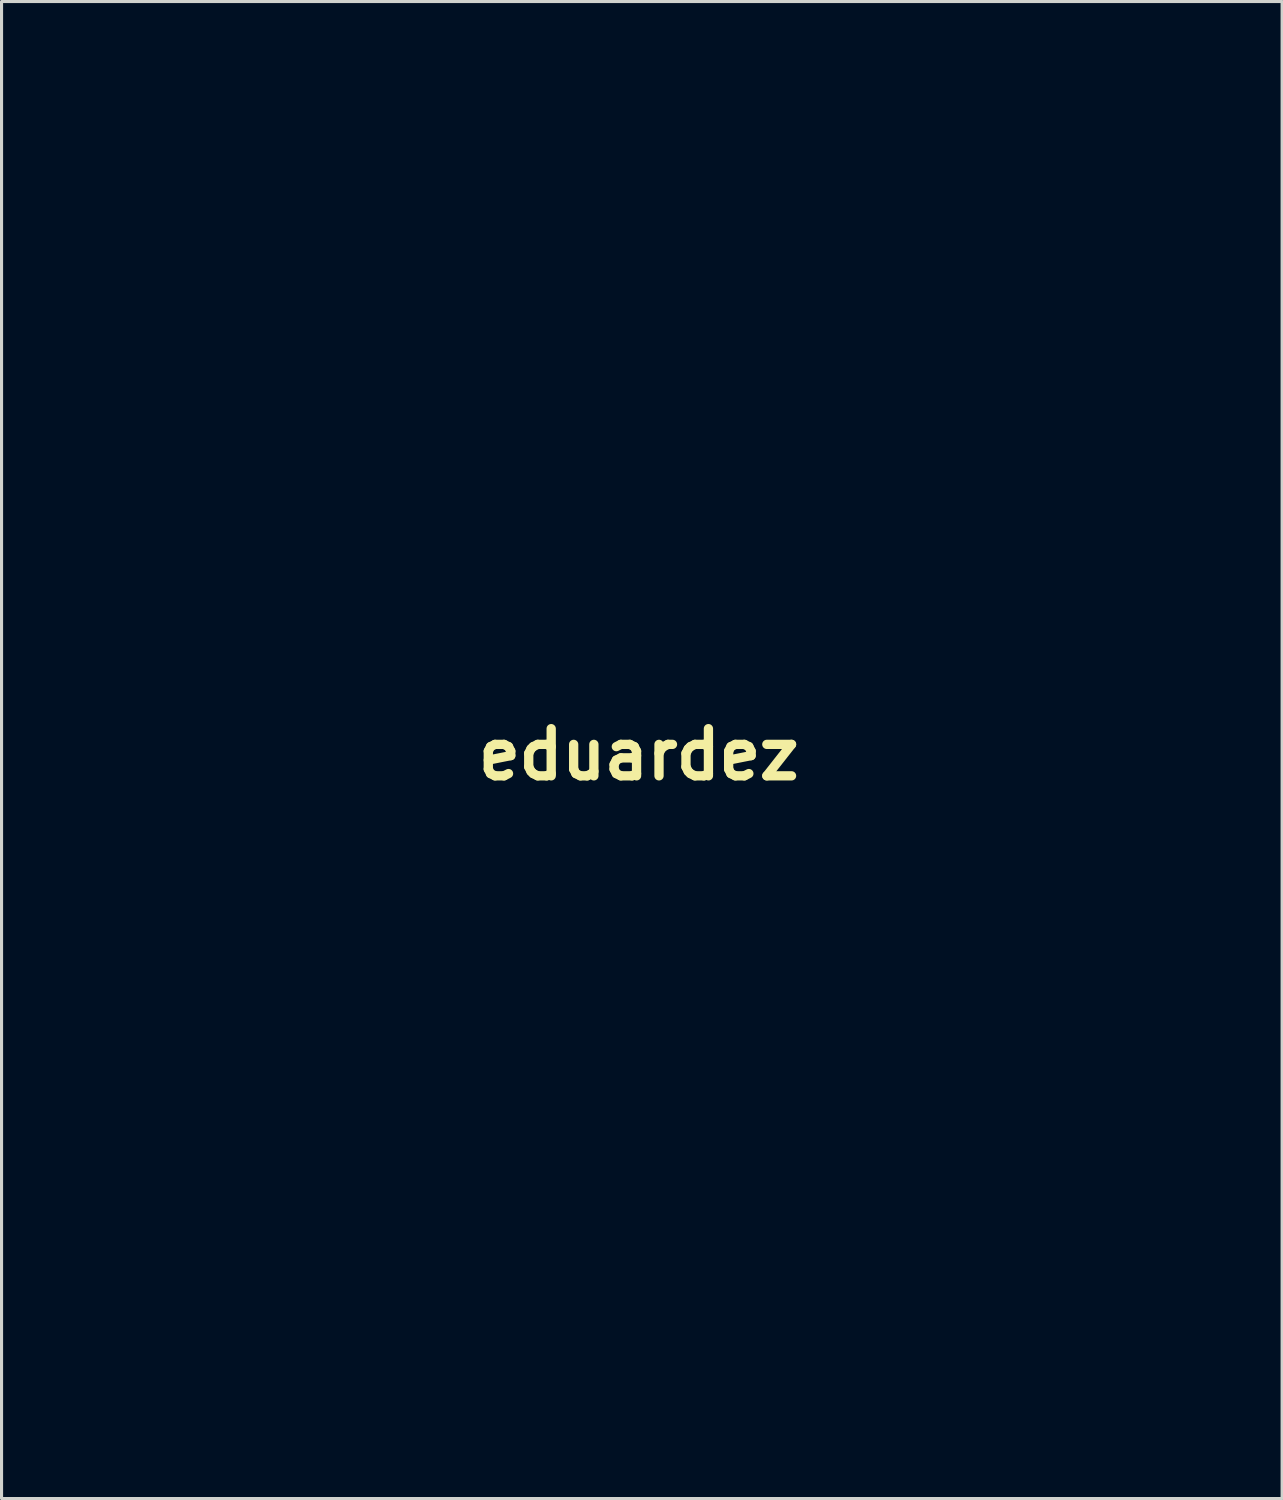
<source format=kicad_pcb>
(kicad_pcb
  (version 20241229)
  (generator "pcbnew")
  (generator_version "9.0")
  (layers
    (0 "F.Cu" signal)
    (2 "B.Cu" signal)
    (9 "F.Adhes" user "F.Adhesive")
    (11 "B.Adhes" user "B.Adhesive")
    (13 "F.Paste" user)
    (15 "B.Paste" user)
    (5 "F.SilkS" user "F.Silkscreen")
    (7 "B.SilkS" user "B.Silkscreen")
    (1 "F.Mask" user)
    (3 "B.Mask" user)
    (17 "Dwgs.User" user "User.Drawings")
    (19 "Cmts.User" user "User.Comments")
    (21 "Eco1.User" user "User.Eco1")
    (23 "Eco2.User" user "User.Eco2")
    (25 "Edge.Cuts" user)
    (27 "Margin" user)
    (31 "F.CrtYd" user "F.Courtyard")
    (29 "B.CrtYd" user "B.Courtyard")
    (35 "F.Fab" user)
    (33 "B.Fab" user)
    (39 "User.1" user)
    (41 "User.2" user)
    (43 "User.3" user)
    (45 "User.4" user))
  (footprint "eduardez"
    (layer "F.Cu")
    (at 17.589 21.327)
    (property "Reference" "eduardez" (at 0 0 0) (layer "F.SilkS") (effects (font (size 1.524 1.524) (thickness 0.3))))
    (attr through_hole)
    (fp_poly (pts (xy -15.162 -5.457) (xy -15.155 -5.429) (xy -15.217 -5.309) (xy -15.24 -5.292) (xy -15.318 -5.296) (xy -15.325 -5.324) (xy -15.263 -5.444) (xy -15.24 -5.461) (xy -15.162 -5.457)) (stroke (width 0.01) (type solid)) (fill no) (layer "Eco2.User"))
    (fp_poly (pts (xy -10.753 -16.637) (xy -10.672 -16.561) (xy -10.668 -16.547) (xy -10.734 -16.511) (xy -10.753 -16.51) (xy -10.834 -16.575) (xy -10.837 -16.6) (xy -10.785 -16.65) (xy -10.753 -16.637)) (stroke (width 0.01) (type solid)) (fill no) (layer "Eco2.User"))
    (fp_poly (pts (xy -13.82 -0.197) (xy -13.805 -0.08) (xy -13.841 0.08) (xy -13.885 0.169) (xy -13.944 0.228) (xy -13.967 0.139) (xy -13.969 0.068) (xy -13.941 -0.119) (xy -13.885 -0.212) (xy -13.82 -0.197)) (stroke (width 0.01) (type solid)) (fill no) (layer "Eco2.User"))
    (fp_poly (pts (xy 4.21 6.307) (xy 4.382 6.418) (xy 4.403 6.435) (xy 4.52 6.546) (xy 4.527 6.601) (xy 4.518 6.602) (xy 4.389 6.553) (xy 4.222 6.437) (xy 4.103 6.317) (xy 4.108 6.274) (xy 4.21 6.307)) (stroke (width 0.01) (type solid)) (fill no) (layer "Eco2.User"))
    (fp_poly (pts (xy -3.169 1.567) (xy -2.921 1.682) (xy -2.652 1.881) (xy -2.513 2.014) (xy -2.274 2.265) (xy -2.547 2.36) (xy -2.808 2.437) (xy -2.989 2.435) (xy -3.16 2.346) (xy -3.248 2.28) (xy -3.397 2.098) (xy -3.47 1.879) (xy -3.459 1.68) (xy -3.357 1.559) (xy -3.352 1.558) (xy -3.169 1.567)) (stroke (width 0.01) (type solid)) (fill no) (layer "Eco2.User"))
    (fp_poly (pts (xy 6.297 4.058) (xy 6.325 4.266) (xy 6.351 4.567) (xy 6.373 4.922) (xy 6.391 5.29) (xy 6.401 5.635) (xy 6.401 5.918) (xy 6.39 6.099) (xy 6.382 6.134) (xy 6.305 6.261) (xy 6.238 6.233) (xy 6.193 6.065) (xy 6.178 5.821) (xy 6.152 5.514) (xy 6.086 5.275) (xy 6.051 5.212) (xy 5.947 4.952) (xy 5.941 4.626) (xy 6.032 4.302) (xy 6.072 4.225) (xy 6.184 4.059) (xy 6.265 3.98) (xy 6.271 3.979) (xy 6.297 4.058)) (stroke (width 0.01) (type solid)) (fill no) (layer "Eco2.User"))
    (fp_poly (pts (xy -15.028 -10.39) (xy -14.85 -10.276) (xy -14.58 -10.046) (xy -14.361 -9.842) (xy -14.026 -9.541) (xy -13.752 -9.337) (xy -13.489 -9.199) (xy -13.25 -9.113) (xy -12.885 -8.988) (xy -12.661 -8.879) (xy -12.552 -8.769) (xy -12.531 -8.678) (xy -12.604 -8.567) (xy -12.803 -8.524) (xy -13.086 -8.553) (xy -13.397 -8.659) (xy -13.77 -8.845) (xy -14.144 -9.075) (xy -14.456 -9.315) (xy -14.461 -9.32) (xy -14.693 -9.558) (xy -14.907 -9.825) (xy -15.07 -10.076) (xy -15.152 -10.266) (xy -15.155 -10.299) (xy -15.125 -10.395) (xy -15.028 -10.39)) (stroke (width 0.01) (type solid)) (fill no) (layer "Eco2.User"))
    (fp_poly (pts (xy 8.499 -7.528) (xy 8.716 -7.292) (xy 8.73 -7.275) (xy 8.94 -7.035) (xy 9.228 -6.716) (xy 9.555 -6.363) (xy 9.842 -6.058) (xy 10.122 -5.76) (xy 10.354 -5.506) (xy 10.515 -5.319) (xy 10.582 -5.227) (xy 10.583 -5.223) (xy 10.51 -5.18) (xy 10.356 -5.165) (xy 10.226 -5.195) (xy 10.059 -5.296) (xy 9.834 -5.485) (xy 9.53 -5.778) (xy 9.361 -5.949) (xy 8.942 -6.401) (xy 8.611 -6.805) (xy 8.378 -7.148) (xy 8.253 -7.414) (xy 8.244 -7.589) (xy 8.266 -7.623) (xy 8.354 -7.634) (xy 8.499 -7.528)) (stroke (width 0.01) (type solid)) (fill no) (layer "Eco2.User"))
    (fp_poly (pts (xy 4.841 -17.27) (xy 5.304 -17.201) (xy 5.798 -17.094) (xy 6.291 -16.957) (xy 6.752 -16.794) (xy 7.125 -16.624) (xy 7.503 -16.406) (xy 7.84 -16.176) (xy 8.112 -15.956) (xy 8.293 -15.765) (xy 8.358 -15.626) (xy 8.349 -15.594) (xy 8.245 -15.509) (xy 8.086 -15.534) (xy 7.844 -15.677) (xy 7.789 -15.716) (xy 7.111 -16.133) (xy 6.34 -16.489) (xy 5.539 -16.76) (xy 4.769 -16.92) (xy 4.688 -16.93) (xy 4.294 -16.978) (xy 4.047 -17.022) (xy 3.924 -17.068) (xy 3.903 -17.126) (xy 3.958 -17.2) (xy 4.137 -17.276) (xy 4.442 -17.297) (xy 4.841 -17.27)) (stroke (width 0.01) (type solid)) (fill no) (layer "Eco2.User"))
    (fp_poly (pts (xy 6.445 2.647) (xy 6.628 2.736) (xy 6.862 2.907) (xy 7.046 3.115) (xy 7.055 3.131) (xy 7.118 3.255) (xy 7.151 3.387) (xy 7.155 3.568) (xy 7.13 3.837) (xy 7.078 4.233) (xy 7.077 4.236) (xy 7.001 4.719) (xy 6.931 5.039) (xy 6.87 5.197) (xy 6.823 5.19) (xy 6.791 5.019) (xy 6.78 4.682) (xy 6.786 4.321) (xy 6.816 3.35) (xy 6.562 3.266) (xy 6.383 3.207) (xy 6.298 3.179) (xy 6.297 3.178) (xy 6.249 3.09) (xy 6.23 2.92) (xy 6.245 2.756) (xy 6.264 2.71) (xy 6.336 2.636) (xy 6.445 2.647)) (stroke (width 0.01) (type solid)) (fill no) (layer "Eco2.User"))
    (fp_poly (pts (xy -3.093 -6.532) (xy -3.033 -6.473) (xy -3.02 -6.374) (xy -3.022 -6.323) (xy -3.094 -6.044) (xy -3.251 -5.73) (xy -3.453 -5.443) (xy -3.663 -5.244) (xy -3.707 -5.218) (xy -3.816 -5.183) (xy -4.003 -5.154) (xy -4.283 -5.129) (xy -4.672 -5.108) (xy -5.184 -5.09) (xy -5.834 -5.075) (xy -6.638 -5.062) (xy -6.668 -5.061) (xy -9.398 -5.021) (xy -9.398 -5.21) (xy -9.351 -5.402) (xy -9.286 -5.491) (xy -9.081 -5.592) (xy -8.708 -5.696) (xy -8.166 -5.802) (xy -7.454 -5.911) (xy -6.646 -6.014) (xy -6.079 -6.086) (xy -5.499 -6.167) (xy -4.954 -6.25) (xy -4.496 -6.327) (xy -4.276 -6.37) (xy -3.791 -6.468) (xy -3.449 -6.528) (xy -3.224 -6.55) (xy -3.093 -6.532)) (stroke (width 0.01) (type solid)) (fill no) (layer "Eco2.User"))
    (fp_poly (pts (xy -0.131 -14.8) (xy 0.161 -14.776) (xy 0.328 -14.74) (xy 0.338 -14.734) (xy 0.419 -14.652) (xy 0.372 -14.58) (xy 0.187 -14.518) (xy -0.145 -14.46) (xy -0.634 -14.405) (xy -0.761 -14.393) (xy -1.418 -14.321) (xy -2.106 -14.226) (xy -2.798 -14.113) (xy -3.468 -13.987) (xy -4.088 -13.854) (xy -4.632 -13.719) (xy -5.073 -13.589) (xy -5.385 -13.468) (xy -5.478 -13.416) (xy -5.715 -13.307) (xy -5.903 -13.305) (xy -6.004 -13.406) (xy -6.011 -13.463) (xy -5.938 -13.63) (xy -5.748 -13.794) (xy -5.742 -13.797) (xy -5.569 -13.872) (xy -5.262 -13.972) (xy -4.853 -14.092) (xy -4.373 -14.222) (xy -3.854 -14.354) (xy -3.328 -14.48) (xy -2.827 -14.593) (xy -2.382 -14.683) (xy -2.117 -14.729) (xy -1.779 -14.768) (xy -1.373 -14.795) (xy -0.937 -14.81) (xy -0.51 -14.811) (xy -0.131 -14.8)) (stroke (width 0.01) (type solid)) (fill no) (layer "Eco2.User"))
    (fp_poly (pts (xy -3.027 -3.304) (xy -2.821 -3.118) (xy -2.717 -2.984) (xy -2.727 -2.892) (xy -2.865 -2.835) (xy -3.141 -2.806) (xy -3.569 -2.795) (xy -3.81 -2.794) (xy -4.911 -2.794) (xy -4.911 -2.384) (xy -4.968 -1.971) (xy -5.124 -1.576) (xy -5.35 -1.254) (xy -5.552 -1.09) (xy -5.848 -0.982) (xy -6.24 -0.917) (xy -6.658 -0.904) (xy -6.945 -0.932) (xy -7.293 -1.056) (xy -7.637 -1.281) (xy -7.902 -1.557) (xy -7.918 -1.58) (xy -7.997 -1.786) (xy -8.041 -2.063) (xy -8.043 -2.145) (xy -8.043 -2.518) (xy -8.463 -2.574) (xy -8.714 -2.62) (xy -8.888 -2.676) (xy -8.93 -2.705) (xy -8.903 -2.807) (xy -8.763 -2.953) (xy -8.549 -3.115) (xy -8.3 -3.264) (xy -8.056 -3.37) (xy -8.012 -3.383) (xy -7.828 -3.413) (xy -7.501 -3.442) (xy -7.057 -3.47) (xy -6.523 -3.495) (xy -5.925 -3.516) (xy -5.503 -3.526) (xy -3.344 -3.572) (xy -3.027 -3.304)) (stroke (width 0.01) (type solid)) (fill no) (layer "Eco2.User"))
    (fp_poly (pts (xy 3.692 -3.949) (xy 3.895 -3.94) (xy 4.552 -3.897) (xy 5.224 -3.841) (xy 5.879 -3.777) (xy 6.486 -3.707) (xy 7.013 -3.635) (xy 7.43 -3.566) (xy 7.678 -3.51) (xy 7.953 -3.4) (xy 8.192 -3.249) (xy 8.362 -3.086) (xy 8.43 -2.94) (xy 8.403 -2.866) (xy 8.298 -2.852) (xy 8.06 -2.864) (xy 7.724 -2.897) (xy 7.323 -2.95) (xy 7.279 -2.957) (xy 6.82 -3.024) (xy 6.371 -3.088) (xy 5.986 -3.141) (xy 5.736 -3.172) (xy 5.249 -3.23) (xy 5.249 -2.755) (xy 5.177 -2.242) (xy 4.978 -1.758) (xy 4.676 -1.339) (xy 4.296 -1.021) (xy 3.918 -0.852) (xy 3.624 -0.786) (xy 3.367 -0.777) (xy 3.069 -0.828) (xy 2.879 -0.876) (xy 2.323 -1.087) (xy 1.834 -1.39) (xy 1.489 -1.722) (xy 1.341 -1.927) (xy 1.263 -2.117) (xy 1.232 -2.362) (xy 1.228 -2.59) (xy 1.228 -3.132) (xy 0.931 -3.081) (xy 0.633 -3.026) (xy 0.325 -2.965) (xy 0.318 -2.963) (xy 0.09 -2.937) (xy 0.009 -2.986) (xy 0.075 -3.117) (xy 0.25 -3.298) (xy 0.561 -3.501) (xy 1.013 -3.672) (xy 1.578 -3.807) (xy 2.231 -3.902) (xy 2.945 -3.951) (xy 3.692 -3.949)) (stroke (width 0.01) (type solid)) (fill no) (layer "Eco2.User"))
    (fp_poly (pts (xy 3.893 -21.312) (xy 3.946 -21.299) (xy 4.147 -21.214) (xy 4.264 -21.109) (xy 4.385 -21.001) (xy 4.616 -20.867) (xy 4.905 -20.731) (xy 5.201 -20.616) (xy 5.452 -20.547) (xy 5.488 -20.542) (xy 5.912 -20.425) (xy 6.181 -20.231) (xy 6.338 -20.123) (xy 6.584 -20.018) (xy 6.689 -19.985) (xy 6.956 -19.896) (xy 7.304 -19.761) (xy 7.662 -19.607) (xy 7.695 -19.592) (xy 8.003 -19.457) (xy 8.261 -19.356) (xy 8.423 -19.306) (xy 8.443 -19.304) (xy 8.574 -19.254) (xy 8.778 -19.125) (xy 8.918 -19.018) (xy 9.121 -18.868) (xy 9.431 -18.656) (xy 9.809 -18.408) (xy 10.219 -18.148) (xy 10.329 -18.08) (xy 10.96 -17.664) (xy 11.534 -17.231) (xy 12.026 -16.804) (xy 12.409 -16.404) (xy 12.615 -16.128) (xy 12.721 -15.922) (xy 12.854 -15.618) (xy 12.987 -15.277) (xy 13.001 -15.239) (xy 13.144 -14.856) (xy 13.256 -14.608) (xy 13.356 -14.466) (xy 13.461 -14.404) (xy 13.557 -14.393) (xy 13.642 -14.413) (xy 13.69 -14.495) (xy 13.711 -14.675) (xy 13.716 -14.971) (xy 13.737 -15.353) (xy 13.791 -15.743) (xy 13.846 -15.987) (xy 13.936 -16.248) (xy 14.025 -16.381) (xy 14.139 -16.424) (xy 14.171 -16.425) (xy 14.321 -16.386) (xy 14.433 -16.255) (xy 14.516 -16.01) (xy 14.577 -15.632) (xy 14.612 -15.268) (xy 14.659 -14.865) (xy 14.731 -14.469) (xy 14.815 -14.153) (xy 14.835 -14.099) (xy 14.921 -13.857) (xy 15.038 -13.498) (xy 15.173 -13.068) (xy 15.31 -12.614) (xy 15.326 -12.557) (xy 15.481 -12.035) (xy 15.601 -11.654) (xy 15.699 -11.392) (xy 15.785 -11.227) (xy 15.871 -11.136) (xy 15.968 -11.098) (xy 16.075 -11.091) (xy 16.233 -11.121) (xy 16.377 -11.23) (xy 16.545 -11.452) (xy 16.589 -11.519) (xy 16.801 -11.799) (xy 16.969 -11.915) (xy 17.092 -11.868) (xy 17.171 -11.657) (xy 17.187 -11.556) (xy 17.205 -11.257) (xy 17.205 -10.83) (xy 17.19 -10.316) (xy 17.161 -9.756) (xy 17.122 -9.189) (xy 17.074 -8.656) (xy 17.021 -8.198) (xy 16.964 -7.854) (xy 16.962 -7.846) (xy 16.911 -7.52) (xy 16.865 -7.066) (xy 16.826 -6.524) (xy 16.795 -5.933) (xy 16.774 -5.331) (xy 16.765 -4.758) (xy 16.768 -4.253) (xy 16.785 -3.854) (xy 16.803 -3.683) (xy 16.906 -3.338) (xy 17.121 -2.904) (xy 17.435 -2.404) (xy 17.571 -2.21) (xy 17.725 -1.92) (xy 17.779 -1.579) (xy 17.78 -1.509) (xy 17.757 -1.174) (xy 17.675 -0.874) (xy 17.515 -0.568) (xy 17.258 -0.219) (xy 17.007 0.077) (xy 16.475 0.696) (xy 16.056 1.218) (xy 15.737 1.658) (xy 15.506 2.035) (xy 15.421 2.201) (xy 15.338 2.386) (xy 15.279 2.561) (xy 15.237 2.758) (xy 15.208 3.012) (xy 15.19 3.353) (xy 15.175 3.816) (xy 15.169 4.081) (xy 15.16 4.659) (xy 15.164 5.113) (xy 15.184 5.485) (xy 15.222 5.82) (xy 15.281 6.161) (xy 15.314 6.324) (xy 15.405 6.786) (xy 15.494 7.286) (xy 15.565 7.738) (xy 15.581 7.858) (xy 15.63 8.202) (xy 15.677 8.492) (xy 15.716 8.678) (xy 15.724 8.705) (xy 15.731 8.776) (xy 15.648 8.729) (xy 15.566 8.657) (xy 15.393 8.526) (xy 15.261 8.467) (xy 15.256 8.467) (xy 15.156 8.411) (xy 14.966 8.262) (xy 14.716 8.044) (xy 14.522 7.864) (xy 14.224 7.588) (xy 14.014 7.416) (xy 13.864 7.328) (xy 13.743 7.305) (xy 13.673 7.316) (xy 13.495 7.421) (xy 13.337 7.65) (xy 13.185 8.026) (xy 13.166 8.086) (xy 13.123 8.177) (xy 13.058 8.17) (xy 12.937 8.05) (xy 12.858 7.959) (xy 12.635 7.704) (xy 12.385 7.429) (xy 12.314 7.354) (xy 12.145 7.153) (xy 12.039 6.987) (xy 12.022 6.93) (xy 11.971 6.795) (xy 11.845 6.605) (xy 11.81 6.562) (xy 11.598 6.308) (xy 11.346 6.599) (xy 11.104 6.981) (xy 10.9 7.515) (xy 10.74 8.188) (xy 10.662 8.678) (xy 10.618 9.022) (xy 10.587 9.287) (xy 10.569 9.512) (xy 10.563 9.738) (xy 10.569 10.005) (xy 10.586 10.353) (xy 10.613 10.823) (xy 10.62 10.932) (xy 10.645 11.454) (xy 10.65 11.821) (xy 10.634 12.046) (xy 10.596 12.141) (xy 10.594 12.143) (xy 10.503 12.107) (xy 10.314 11.968) (xy 10.047 11.742) (xy 9.723 11.446) (xy 9.547 11.279) (xy 9.115 10.867) (xy 8.784 10.564) (xy 8.537 10.36) (xy 8.356 10.241) (xy 8.226 10.197) (xy 8.13 10.214) (xy 8.091 10.24) (xy 7.958 10.27) (xy 7.839 10.147) (xy 7.766 9.948) (xy 7.735 9.852) (xy 7.719 9.912) (xy 7.714 9.991) (xy 7.729 10.18) (xy 7.777 10.469) (xy 7.844 10.779) (xy 7.926 11.088) (xy 8.006 11.28) (xy 8.116 11.404) (xy 8.286 11.509) (xy 8.329 11.531) (xy 8.496 11.644) (xy 8.758 11.855) (xy 9.089 12.143) (xy 9.466 12.486) (xy 9.863 12.861) (xy 9.905 12.902) (xy 10.296 13.276) (xy 10.664 13.617) (xy 10.985 13.904) (xy 11.236 14.116) (xy 11.393 14.231) (xy 11.405 14.238) (xy 11.615 14.408) (xy 11.829 14.705) (xy 12.055 15.143) (xy 12.3 15.733) (xy 12.337 15.83) (xy 12.45 16.119) (xy 12.547 16.348) (xy 12.608 16.467) (xy 12.608 16.468) (xy 12.671 16.591) (xy 12.763 16.815) (xy 12.822 16.976) (xy 12.934 17.249) (xy 13.098 17.606) (xy 13.285 17.982) (xy 13.345 18.097) (xy 13.509 18.426) (xy 13.636 18.72) (xy 13.707 18.933) (xy 13.716 18.991) (xy 13.739 19.189) (xy 13.797 19.464) (xy 13.834 19.606) (xy 13.912 19.945) (xy 13.977 20.333) (xy 13.998 20.511) (xy 14.043 20.999) (xy 10.77 20.977) (xy 7.498 20.955) (xy 7.341 20.532) (xy 7.13 19.972) (xy 6.959 19.548) (xy 6.813 19.232) (xy 6.676 19.001) (xy 6.535 18.828) (xy 6.375 18.687) (xy 6.19 18.561) (xy 5.71 18.239) (xy 5.343 17.948) (xy 5.046 17.648) (xy 4.778 17.302) (xy 4.689 17.173) (xy 4.494 16.9) (xy 4.316 16.687) (xy 4.186 16.57) (xy 4.166 16.561) (xy 3.93 16.511) (xy 3.577 16.458) (xy 3.163 16.409) (xy 2.74 16.369) (xy 2.363 16.345) (xy 2.179 16.341) (xy 1.66 16.341) (xy 1.952 16.644) (xy 2.23 16.908) (xy 2.468 17.06) (xy 2.723 17.129) (xy 2.962 17.142) (xy 3.206 17.158) (xy 3.328 17.213) (xy 3.371 17.314) (xy 3.44 17.481) (xy 3.58 17.704) (xy 3.655 17.805) (xy 3.809 18.04) (xy 3.865 18.221) (xy 3.858 18.261) (xy 3.842 18.301) (xy 3.815 18.331) (xy 3.759 18.351) (xy 3.658 18.36) (xy 3.492 18.357) (xy 3.246 18.342) (xy 2.9 18.312) (xy 2.437 18.269) (xy 1.839 18.211) (xy 1.163 18.144) (xy 0.62 18.092) (xy 0.222 18.062) (xy -0.054 18.051) (xy -0.231 18.06) (xy -0.332 18.089) (xy -0.361 18.11) (xy -0.376 18.232) (xy -0.248 18.405) (xy 0.006 18.615) (xy 0.37 18.851) (xy 0.829 19.1) (xy 1.016 19.191) (xy 1.398 19.373) (xy 1.766 19.549) (xy 2.066 19.692) (xy 2.186 19.75) (xy 2.416 19.896) (xy 2.605 20.078) (xy 2.725 20.258) (xy 2.749 20.399) (xy 2.713 20.445) (xy 2.573 20.445) (xy 2.326 20.363) (xy 2.002 20.212) (xy 1.632 20.004) (xy 1.602 19.985) (xy 1.297 19.819) (xy 0.98 19.679) (xy 0.848 19.633) (xy 0.574 19.581) (xy 0.416 19.642) (xy 0.349 19.83) (xy 0.343 19.981) (xy 0.399 20.236) (xy 0.581 20.461) (xy 0.783 20.611) (xy 0.943 20.734) (xy 1.016 20.827) (xy 1.016 20.831) (xy 0.939 20.873) (xy 0.738 20.915) (xy 0.487 20.945) (xy 0.277 20.956) (xy -0.081 20.968) (xy -0.565 20.978) (xy -1.156 20.989) (xy -1.83 20.999) (xy -2.567 21.007) (xy -3.347 21.015) (xy -4.146 21.022) (xy -4.945 21.028) (xy -5.722 21.032) (xy -6.456 21.034) (xy -7.125 21.034) (xy -7.708 21.033) (xy -8.184 21.029) (xy -8.532 21.022) (xy -8.579 21.021) (xy -9.495 20.991) (xy -9.773 20.381) (xy -9.927 20.008) (xy -10.094 19.553) (xy -10.243 19.097) (xy -10.282 18.965) (xy -10.41 18.548) (xy -10.577 18.044) (xy -10.76 17.524) (xy -10.9 17.145) (xy -11.07 16.683) (xy -11.183 16.329) (xy -11.251 16.035) (xy -11.285 15.756) (xy -11.295 15.49) (xy -11.277 15.043) (xy -11.195 14.717) (xy -11.022 14.473) (xy -10.735 14.267) (xy -10.49 14.142) (xy -10.232 14.03) (xy -9.96 13.938) (xy -9.637 13.856) (xy -9.225 13.775) (xy -8.686 13.685) (xy -8.626 13.676) (xy -8.477 13.643) (xy -8.362 13.578) (xy -8.254 13.45) (xy -8.127 13.228) (xy -7.97 12.915) (xy -7.817 12.596) (xy -7.698 12.333) (xy -7.63 12.163) (xy -7.62 12.124) (xy -7.669 12.017) (xy -7.794 11.833) (xy -7.882 11.717) (xy -8.206 11.25) (xy -8.404 10.824) (xy -8.466 10.481) (xy -8.441 10.173) (xy -8.376 9.885) (xy -8.287 9.652) (xy -8.186 9.511) (xy -8.089 9.496) (xy -8.074 9.508) (xy -8.067 9.607) (xy -8.091 9.822) (xy -8.133 10.064) (xy -8.234 10.578) (xy -7.845 11.01) (xy -7.529 11.471) (xy -7.375 11.961) (xy -7.383 12.463) (xy -7.556 12.959) (xy -7.658 13.133) (xy -7.783 13.339) (xy -7.847 13.482) (xy -7.848 13.516) (xy -7.756 13.525) (xy -7.52 13.528) (xy -7.166 13.524) (xy -6.72 13.515) (xy -6.207 13.5) (xy -6.064 13.496) (xy -4.318 13.436) (xy -4.318 12.577) (xy -4.315 12.183) (xy -4.3 11.91) (xy -4.262 11.709) (xy -4.19 11.533) (xy -4.073 11.334) (xy -4.024 11.257) (xy -3.871 11.006) (xy -3.764 10.809) (xy -3.728 10.715) (xy -3.771 10.603) (xy -3.883 10.41) (xy -3.951 10.309) (xy -4.084 10.102) (xy -4.122 9.978) (xy -4.077 9.884) (xy -4.05 9.856) (xy -3.943 9.778) (xy -3.831 9.81) (xy -3.729 9.886) (xy -3.587 10.063) (xy -3.51 10.337) (xy -3.493 10.473) (xy -3.506 10.985) (xy -3.661 11.445) (xy -3.943 11.861) (xy -4.137 12.119) (xy -4.215 12.326) (xy -4.185 12.549) (xy -4.068 12.827) (xy -3.917 13.124) (xy -3.777 13.324) (xy -3.607 13.45) (xy -3.371 13.524) (xy -3.029 13.568) (xy -2.731 13.59) (xy -2.339 13.615) (xy -2.083 13.621) (xy -1.932 13.606) (xy -1.853 13.567) (xy -1.815 13.499) (xy -1.813 13.492) (xy -1.554 12.819) (xy -1.273 12.306) (xy -0.964 11.947) (xy -0.764 11.757) (xy -0.647 11.589) (xy -0.6 11.433) (xy -0.08 11.433) (xy -0.014 11.903) (xy 0.115 12.417) (xy 0.297 12.928) (xy 0.447 13.269) (xy 0.603 13.566) (xy 0.791 13.858) (xy 1.037 14.184) (xy 1.368 14.584) (xy 1.459 14.692) (xy 1.8 15.078) (xy 2.11 15.404) (xy 2.365 15.646) (xy 2.543 15.781) (xy 2.568 15.794) (xy 2.814 15.857) (xy 3.197 15.898) (xy 3.688 15.914) (xy 3.698 15.914) (xy 4.561 15.917) (xy 4.851 15.557) (xy 5.152 15.154) (xy 5.483 14.659) (xy 5.829 14.102) (xy 6.173 13.511) (xy 6.5 12.915) (xy 6.795 12.341) (xy 7.042 11.82) (xy 7.225 11.379) (xy 7.328 11.047) (xy 7.332 11.028) (xy 7.342 10.81) (xy 7.306 10.565) (xy 7.24 10.346) (xy 7.157 10.204) (xy 7.093 10.18) (xy 7.027 10.267) (xy 6.92 10.477) (xy 6.787 10.776) (xy 6.693 11.01) (xy 6.193 12.081) (xy 5.53 13.152) (xy 4.711 14.214) (xy 4.032 14.964) (xy 3.728 15.275) (xy 3.462 15.537) (xy 3.259 15.727) (xy 3.14 15.825) (xy 3.122 15.833) (xy 3.036 15.779) (xy 2.85 15.631) (xy 2.591 15.41) (xy 2.284 15.137) (xy 2.208 15.069) (xy 1.523 14.375) (xy 0.993 13.678) (xy 0.606 12.956) (xy 0.421 12.458) (xy 0.287 11.928) (xy 0.258 11.538) (xy 0.593 11.538) (xy 0.641 11.803) (xy 0.776 12.172) (xy 0.983 12.614) (xy 1.246 13.096) (xy 1.551 13.588) (xy 1.605 13.668) (xy 1.816 13.95) (xy 2.08 14.254) (xy 2.366 14.554) (xy 2.646 14.82) (xy 2.892 15.025) (xy 3.074 15.14) (xy 3.131 15.155) (xy 3.237 15.105) (xy 3.411 14.98) (xy 3.467 14.934) (xy 3.72 14.687) (xy 4.033 14.329) (xy 4.386 13.888) (xy 4.758 13.394) (xy 5.128 12.876) (xy 5.477 12.362) (xy 5.783 11.881) (xy 6.027 11.463) (xy 6.186 11.136) (xy 6.214 11.061) (xy 6.292 10.778) (xy 6.334 10.473) (xy 6.34 10.111) (xy 6.31 9.658) (xy 6.244 9.082) (xy 6.224 8.932) (xy 6.173 8.542) (xy 6.132 8.205) (xy 6.105 7.963) (xy 6.098 7.864) (xy 6.019 7.757) (xy 5.807 7.688) (xy 5.495 7.659) (xy 5.116 7.675) (xy 4.703 7.736) (xy 4.69 7.739) (xy 4.412 7.792) (xy 4.006 7.861) (xy 3.516 7.94) (xy 2.98 8.022) (xy 2.554 8.084) (xy 1.958 8.171) (xy 1.509 8.24) (xy 1.187 8.295) (xy 0.972 8.339) (xy 0.843 8.379) (xy 0.78 8.417) (xy 0.762 8.459) (xy 0.762 8.462) (xy 0.778 8.567) (xy 0.822 8.798) (xy 0.885 9.116) (xy 0.928 9.321) (xy 1.061 10.027) (xy 1.14 10.605) (xy 1.166 11.045) (xy 1.137 11.339) (xy 1.108 11.416) (xy 0.98 11.573) (xy 0.863 11.572) (xy 0.787 11.43) (xy 0.717 11.281) (xy 0.646 11.284) (xy 0.599 11.427) (xy 0.593 11.538) (xy 0.258 11.538) (xy 0.256 11.514) (xy 0.328 11.195) (xy 0.483 10.97) (xy 0.623 10.812) (xy 0.645 10.718) (xy 0.589 10.664) (xy 0.348 10.587) (xy 0.123 10.636) (xy -0.007 10.766) (xy -0.08 11.042) (xy -0.08 11.433) (xy -0.6 11.433) (xy -0.584 11.378) (xy -0.543 11.087) (xy -0.439 10.619) (xy -0.25 10.296) (xy 0.027 10.116) (xy 0.296 10.075) (xy 0.498 10.061) (xy 0.57 10.004) (xy 0.562 9.927) (xy 0.528 9.76) (xy 0.486 9.498) (xy 0.464 9.335) (xy 0.409 9.045) (xy 0.332 8.908) (xy 0.281 8.89) (xy 0.107 8.94) (xy -0.168 9.078) (xy -0.515 9.284) (xy -0.903 9.536) (xy -1.304 9.816) (xy -1.687 10.104) (xy -2.024 10.378) (xy -2.281 10.619) (xy -2.481 10.797) (xy -2.658 10.906) (xy -2.723 10.922) (xy -2.849 10.852) (xy -3.031 10.661) (xy -3.231 10.393) (xy -3.483 10.053) (xy -3.778 9.7) (xy -4.012 9.452) (xy -4.241 9.236) (xy -4.403 9.117) (xy -4.548 9.074) (xy -4.726 9.081) (xy -4.795 9.09) (xy -5.217 9.177) (xy -5.671 9.315) (xy -6.097 9.484) (xy -6.433 9.662) (xy -6.51 9.715) (xy -6.695 9.846) (xy -6.8 9.88) (xy -6.877 9.824) (xy -6.907 9.785) (xy -6.97 9.626) (xy -7.029 9.358) (xy -7.067 9.072) (xy -7.143 8.334) (xy -7.228 7.711) (xy -7.318 7.22) (xy -7.411 6.879) (xy -7.426 6.838) (xy -7.53 6.579) (xy -6.987 6.579) (xy -6.759 7.206) (xy -6.618 7.765) (xy -6.545 8.325) (xy -6.543 8.361) (xy -6.509 8.731) (xy -6.466 8.954) (xy -6.408 9.051) (xy -6.379 9.059) (xy -6.259 9.041) (xy -6.006 8.991) (xy -5.651 8.916) (xy -5.223 8.823) (xy -4.959 8.763) (xy -4.499 8.661) (xy -4.087 8.574) (xy -3.756 8.509) (xy -3.538 8.472) (xy -3.479 8.467) (xy -3.339 8.528) (xy -3.302 8.674) (xy -3.377 8.844) (xy -3.401 8.871) (xy -3.458 8.994) (xy -3.404 9.182) (xy -3.403 9.184) (xy -3.306 9.341) (xy -3.144 9.553) (xy -2.952 9.779) (xy -2.765 9.981) (xy -2.617 10.119) (xy -2.55 10.157) (xy -2.463 10.106) (xy -2.282 9.975) (xy -2.047 9.792) (xy -2.032 9.78) (xy -1.727 9.545) (xy -1.41 9.315) (xy -1.194 9.169) (xy -0.88 8.951) (xy -0.619 8.737) (xy -0.44 8.553) (xy -0.368 8.423) (xy -0.373 8.395) (xy -0.473 8.356) (xy -0.699 8.317) (xy -1.009 8.284) (xy -1.119 8.275) (xy -1.983 8.174) (xy -2.934 7.983) (xy -3.927 7.718) (xy -4.913 7.391) (xy -5.847 7.016) (xy -6.382 6.763) (xy -6.704 6.606) (xy -6.899 6.527) (xy -6.986 6.521) (xy -6.987 6.579) (xy -7.53 6.579) (xy -7.557 6.51) (xy -7.751 6.693) (xy -7.924 6.908) (xy -8.048 7.142) (xy -8.298 7.777) (xy -8.502 8.259) (xy -8.663 8.596) (xy -8.786 8.797) (xy -8.875 8.87) (xy -8.89 8.87) (xy -8.932 8.841) (xy -8.963 8.763) (xy -8.984 8.612) (xy -8.995 8.37) (xy -8.998 8.015) (xy -8.994 7.527) (xy -8.987 7.068) (xy -8.982 6.312) (xy -8.991 5.844) (xy -8.377 5.844) (xy -8.361 6.117) (xy -8.329 6.326) (xy -8.328 6.333) (xy -8.287 6.456) (xy -8.24 6.455) (xy -8.149 6.321) (xy -8.124 6.279) (xy -7.993 6.1) (xy -7.879 5.999) (xy -7.871 5.996) (xy -7.848 5.909) (xy -7.94 5.702) (xy -8.022 5.566) (xy -8.167 5.359) (xy -8.282 5.237) (xy -8.328 5.223) (xy -8.361 5.339) (xy -8.377 5.565) (xy -8.377 5.844) (xy -8.991 5.844) (xy -8.995 5.621) (xy -9.023 5.01) (xy -9.064 4.495) (xy -9.118 4.091) (xy -9.183 3.816) (xy -9.257 3.683) (xy -9.31 3.681) (xy -9.354 3.78) (xy -9.401 3.996) (xy -9.432 4.21) (xy -9.488 4.577) (xy -9.576 5.003) (xy -9.686 5.456) (xy -9.808 5.908) (xy -9.935 6.327) (xy -10.058 6.685) (xy -10.167 6.951) (xy -10.254 7.095) (xy -10.284 7.112) (xy -10.417 7.054) (xy -10.525 6.96) (xy -10.619 6.818) (xy -10.764 6.555) (xy -10.943 6.204) (xy -11.141 5.799) (xy -11.341 5.375) (xy -11.528 4.965) (xy -11.683 4.602) (xy -11.793 4.322) (xy -11.807 4.282) (xy -11.857 4.064) (xy -11.915 3.705) (xy -11.976 3.233) (xy -12.038 2.677) (xy -12.098 2.063) (xy -12.152 1.421) (xy -12.191 0.871) (xy -12.248 0.809) (xy -12.409 0.645) (xy -12.655 0.397) (xy -12.969 0.082) (xy -13.334 -0.283) (xy -13.492 -0.441) (xy -13.928 -0.878) (xy -14.26 -1.219) (xy -14.506 -1.485) (xy -14.682 -1.698) (xy -14.807 -1.88) (xy -14.898 -2.051) (xy -14.972 -2.233) (xy -14.983 -2.263) (xy -15.104 -2.642) (xy -15.124 -2.831) (xy -14.647 -2.831) (xy -14.59 -2.655) (xy -14.433 -2.387) (xy -14.199 -2.056) (xy -13.91 -1.687) (xy -13.587 -1.306) (xy -13.253 -0.942) (xy -12.929 -0.621) (xy -12.639 -0.368) (xy -12.573 -0.319) (xy -12.234 -0.072) (xy -12.21 -0.982) (xy -12.205 -1.426) (xy -12.218 -1.723) (xy -12.251 -1.896) (xy -12.295 -1.961) (xy -12.434 -2.028) (xy -12.675 -2.125) (xy -12.957 -2.23) (xy -13.22 -2.32) (xy -13.287 -2.341) (xy -13.354 -2.405) (xy -13.275 -2.501) (xy -13.069 -2.616) (xy -12.751 -2.739) (xy -12.721 -2.749) (xy -12.437 -2.86) (xy -12.282 -2.977) (xy -12.225 -3.097) (xy -12.208 -3.362) (xy -12.316 -3.516) (xy -12.503 -3.556) (xy -12.687 -3.53) (xy -12.967 -3.462) (xy -13.308 -3.363) (xy -13.672 -3.245) (xy -14.025 -3.122) (xy -14.329 -3.005) (xy -14.548 -2.906) (xy -14.645 -2.838) (xy -14.647 -2.831) (xy -15.124 -2.831) (xy -15.134 -2.915) (xy -15.055 -3.121) (xy -14.852 -3.296) (xy -14.507 -3.478) (xy -14.418 -3.519) (xy -14.088 -3.664) (xy -13.793 -3.784) (xy -13.585 -3.857) (xy -13.552 -3.866) (xy -13.321 -3.938) (xy -13.18 -3.997) (xy -13.106 -4.055) (xy -13.132 -4.124) (xy -13.277 -4.235) (xy -13.392 -4.31) (xy -13.834 -4.649) (xy -14.314 -5.121) (xy -14.812 -5.698) (xy -15.307 -6.355) (xy -15.776 -7.065) (xy -16.195 -7.793) (xy -16.44 -8.289) (xy -16.658 -8.81) (xy -16.857 -9.385) (xy -17.047 -10.045) (xy -17.238 -10.82) (xy -17.399 -11.55) (xy -17.495 -12.009) (xy -17.555 -12.346) (xy -17.584 -12.604) (xy -17.584 -12.793) (xy -17.023 -12.793) (xy -16.982 -12.418) (xy -16.902 -11.965) (xy -16.789 -11.455) (xy -16.648 -10.906) (xy -16.484 -10.339) (xy -16.302 -9.776) (xy -16.107 -9.235) (xy -15.904 -8.737) (xy -15.697 -8.302) (xy -15.614 -8.151) (xy -15.265 -7.55) (xy -14.959 -7.063) (xy -14.67 -6.651) (xy -14.368 -6.276) (xy -14.025 -5.898) (xy -13.719 -5.585) (xy -13.372 -5.244) (xy -13.035 -4.922) (xy -12.742 -4.65) (xy -12.525 -4.46) (xy -12.478 -4.423) (xy -12.129 -4.151) (xy -12.045 -4.811) (xy -11.968 -5.25) (xy -11.861 -5.646) (xy -11.735 -5.968) (xy -11.604 -6.185) (xy -11.478 -6.265) (xy -11.477 -6.265) (xy -11.375 -6.192) (xy -11.35 -5.983) (xy -11.403 -5.651) (xy -11.479 -5.376) (xy -11.546 -5.056) (xy -11.598 -4.591) (xy -11.635 -4.005) (xy -11.658 -3.322) (xy -11.667 -2.566) (xy -11.661 -1.762) (xy -11.643 -0.932) (xy -11.61 -0.102) (xy -11.565 0.706) (xy -11.508 1.467) (xy -11.438 2.157) (xy -11.379 2.602) (xy -11.283 3.157) (xy -11.163 3.71) (xy -11.026 4.235) (xy -10.882 4.708) (xy -10.738 5.103) (xy -10.601 5.395) (xy -10.481 5.56) (xy -10.421 5.588) (xy -10.368 5.507) (xy -10.308 5.279) (xy -10.243 4.925) (xy -10.174 4.467) (xy -10.105 3.927) (xy -10.038 3.327) (xy -9.975 2.688) (xy -9.918 2.032) (xy -9.87 1.38) (xy -9.833 0.755) (xy -9.809 0.178) (xy -9.802 -0.169) (xy -9.802 -0.769) (xy -9.818 -1.253) (xy -9.855 -1.675) (xy -9.916 -2.088) (xy -9.974 -2.396) (xy -10.052 -2.805) (xy -10.113 -3.186) (xy -10.151 -3.487) (xy -10.16 -3.626) (xy -10.166 -3.672) (xy -9.691 -3.672) (xy -9.689 -3.663) (xy -9.548 -3.007) (xy -9.44 -2.476) (xy -9.36 -2.033) (xy -9.302 -1.639) (xy -9.261 -1.254) (xy -9.234 -0.839) (xy -9.213 -0.357) (xy -9.198 0.169) (xy -9.174 0.881) (xy -9.14 1.453) (xy -9.093 1.913) (xy -9.026 2.29) (xy -8.933 2.614) (xy -8.809 2.912) (xy -8.648 3.214) (xy -8.597 3.302) (xy -8.426 3.599) (xy -8.218 3.979) (xy -8.009 4.372) (xy -7.953 4.48) (xy -7.693 4.951) (xy -7.441 5.317) (xy -7.159 5.612) (xy -6.811 5.869) (xy -6.361 6.123) (xy -6.006 6.298) (xy -4.772 6.836) (xy -3.605 7.239) (xy -2.482 7.514) (xy -1.376 7.667) (xy -0.931 7.696) (xy -0.217 7.722) (xy 0.379 7.727) (xy 0.903 7.711) (xy 1.406 7.67) (xy 1.935 7.603) (xy 2.117 7.577) (xy 2.2 7.564) (xy 6.468 7.564) (xy 6.497 7.885) (xy 6.588 8.338) (xy 6.635 8.531) (xy 6.687 8.719) (xy 6.754 8.845) (xy 6.872 8.939) (xy 7.077 9.031) (xy 7.395 9.145) (xy 8.092 9.456) (xy 8.783 9.882) (xy 9.402 10.38) (xy 9.567 10.541) (xy 9.948 10.932) (xy 10.011 10.609) (xy 10.047 10.411) (xy 10.103 10.086) (xy 10.172 9.671) (xy 10.249 9.207) (xy 10.28 9.017) (xy 10.405 8.324) (xy 10.547 7.679) (xy 10.699 7.104) (xy 10.853 6.621) (xy 11.004 6.253) (xy 11.144 6.022) (xy 11.198 5.972) (xy 11.399 5.872) (xy 11.543 5.842) (xy 11.629 5.813) (xy 11.664 5.712) (xy 11.645 5.516) (xy 11.572 5.203) (xy 11.463 4.82) (xy 11.331 4.377) (xy 10.597 5.138) (xy 10.262 5.476) (xy 9.977 5.734) (xy 9.692 5.948) (xy 9.36 6.154) (xy 8.929 6.389) (xy 8.857 6.427) (xy 8.375 6.665) (xy 7.892 6.878) (xy 7.461 7.043) (xy 7.211 7.119) (xy 6.898 7.21) (xy 6.649 7.302) (xy 6.512 7.377) (xy 6.502 7.388) (xy 6.468 7.564) (xy 2.2 7.564) (xy 2.556 7.509) (xy 3.015 7.439) (xy 3.413 7.378) (xy 3.507 7.364) (xy 3.908 7.295) (xy 4.151 7.231) (xy 4.247 7.163) (xy 4.206 7.08) (xy 4.039 6.974) (xy 3.973 6.94) (xy 3.688 6.782) (xy 3.419 6.615) (xy 3.344 6.563) (xy 3.15 6.435) (xy 2.86 6.262) (xy 2.529 6.074) (xy 2.438 6.024) (xy 1.785 5.672) (xy 0.136 5.586) (xy -0.502 5.55) (xy 2.371 5.55) (xy 2.442 5.676) (xy 2.616 5.81) (xy 2.831 5.912) (xy 2.99 5.946) (xy 3.171 6) (xy 3.4 6.128) (xy 3.471 6.18) (xy 3.907 6.511) (xy 4.229 6.751) (xy 4.457 6.91) (xy 4.613 7.001) (xy 4.717 7.034) (xy 4.789 7.022) (xy 4.849 6.976) (xy 4.861 6.964) (xy 4.999 6.902) (xy 5.022 6.9) (xy 5.127 6.841) (xy 5.136 6.697) (xy 5.054 6.522) (xy 4.981 6.439) (xy 4.833 6.333) (xy 4.569 6.173) (xy 4.225 5.98) (xy 3.837 5.775) (xy 3.796 5.754) (xy 3.384 5.547) (xy 3.092 5.41) (xy 2.891 5.335) (xy 2.751 5.31) (xy 2.642 5.326) (xy 2.588 5.347) (xy 2.429 5.452) (xy 2.371 5.55) (xy -0.502 5.55) (xy -0.632 5.542) (xy -1.316 5.494) (xy -1.898 5.443) (xy -2.362 5.392) (xy -2.692 5.342) (xy -2.872 5.294) (xy -2.886 5.287) (xy -2.95 5.226) (xy -2.914 5.177) (xy -2.767 5.139) (xy -2.496 5.112) (xy -2.092 5.094) (xy -1.541 5.083) (xy -0.834 5.08) (xy -0.793 5.08) (xy -0.13 5.079) (xy 0.394 5.074) (xy 0.809 5.063) (xy 1.145 5.044) (xy 1.433 5.015) (xy 1.702 4.974) (xy 1.984 4.918) (xy 2.229 4.863) (xy 2.628 4.763) (xy 2.984 4.659) (xy 3.252 4.565) (xy 3.377 4.503) (xy 3.566 4.369) (xy 3.691 4.279) (xy 3.82 4.227) (xy 3.88 4.294) (xy 3.875 4.446) (xy 3.808 4.649) (xy 3.684 4.868) (xy 3.606 4.969) (xy 3.403 5.204) (xy 3.797 5.379) (xy 4.08 5.51) (xy 4.351 5.651) (xy 4.651 5.824) (xy 5.015 6.052) (xy 5.451 6.334) (xy 5.783 6.546) (xy 6.017 6.675) (xy 6.193 6.736) (xy 6.35 6.747) (xy 6.456 6.735) (xy 6.931 6.623) (xy 7.493 6.429) (xy 8.097 6.174) (xy 8.695 5.878) (xy 9.242 5.564) (xy 9.627 5.3) (xy 9.932 5.047) (xy 10.282 4.721) (xy 10.616 4.382) (xy 10.71 4.279) (xy 11.267 3.657) (xy 11.179 3.12) (xy 11.155 2.896) (xy 11.129 2.53) (xy 11.103 2.05) (xy 11.079 1.481) (xy 11.057 0.852) (xy 11.038 0.188) (xy 11.036 0.064) (xy 11.019 -0.66) (xy 11.003 -1.232) (xy 10.987 -1.669) (xy 10.97 -1.99) (xy 10.949 -2.211) (xy 10.925 -2.35) (xy 10.895 -2.425) (xy 10.858 -2.453) (xy 10.84 -2.455) (xy 10.564 -2.516) (xy 10.211 -2.699) (xy 9.776 -3.01) (xy 9.253 -3.451) (xy 8.637 -4.027) (xy 8.594 -4.069) (xy 7.408 -5.224) (xy 6.721 -5.156) (xy 6.456 -5.135) (xy 6.051 -5.11) (xy 5.535 -5.083) (xy 4.937 -5.055) (xy 4.288 -5.028) (xy 3.616 -5.003) (xy 3.546 -5) (xy 2.812 -4.974) (xy 2.223 -4.949) (xy 1.755 -4.924) (xy 1.382 -4.897) (xy 1.081 -4.865) (xy 0.827 -4.826) (xy 0.596 -4.778) (xy 0.364 -4.718) (xy 0.296 -4.7) (xy -0.164 -4.582) (xy -0.692 -4.465) (xy -1.186 -4.37) (xy -1.27 -4.356) (xy -1.681 -4.283) (xy -2.189 -4.181) (xy -2.725 -4.064) (xy -3.175 -3.959) (xy -3.517 -3.878) (xy -3.804 -3.814) (xy -4.066 -3.767) (xy -4.332 -3.734) (xy -4.633 -3.712) (xy -4.996 -3.699) (xy -5.453 -3.692) (xy -6.033 -3.689) (xy -6.435 -3.688) (xy -7.059 -3.689) (xy -7.659 -3.695) (xy -8.204 -3.705) (xy -8.663 -3.719) (xy -9.005 -3.735) (xy -9.158 -3.748) (xy -9.457 -3.779) (xy -9.623 -3.78) (xy -9.689 -3.746) (xy -9.691 -3.672) (xy -10.166 -3.672) (xy -10.197 -3.894) (xy -10.287 -4.122) (xy -10.297 -4.137) (xy -10.384 -4.302) (xy -10.359 -4.402) (xy -10.208 -4.44) (xy -9.921 -4.419) (xy -9.516 -4.35) (xy -9.226 -4.301) (xy -8.905 -4.263) (xy -8.528 -4.235) (xy -8.068 -4.216) (xy -7.498 -4.205) (xy -6.793 -4.2) (xy -6.562 -4.199) (xy -5.881 -4.199) (xy -5.339 -4.203) (xy -4.906 -4.211) (xy -4.551 -4.228) (xy -4.244 -4.255) (xy -3.954 -4.293) (xy -3.652 -4.345) (xy -3.307 -4.414) (xy -3.217 -4.432) (xy -2.589 -4.565) (xy -1.936 -4.708) (xy -1.298 -4.852) (xy -0.716 -4.988) (xy -0.231 -5.106) (xy 0.021 -5.171) (xy 0.339 -5.256) (xy 0.339 -5.881) (xy 0.349 -6.186) (xy 0.369 -6.348) (xy 5.137 -6.348) (xy 5.145 -6.336) (xy 5.263 -6.292) (xy 5.507 -6.245) (xy 5.836 -6.203) (xy 6.023 -6.185) (xy 6.388 -6.155) (xy 6.699 -6.13) (xy 6.911 -6.112) (xy 6.964 -6.108) (xy 7.089 -6.126) (xy 7.112 -6.155) (xy 7.07 -6.268) (xy 6.963 -6.462) (xy 6.822 -6.69) (xy 6.677 -6.906) (xy 6.558 -7.062) (xy 6.5 -7.112) (xy 6.398 -7.076) (xy 6.184 -6.98) (xy 5.895 -6.842) (xy 5.745 -6.767) (xy 5.387 -6.575) (xy 5.186 -6.436) (xy 5.137 -6.348) (xy 0.369 -6.348) (xy 0.377 -6.417) (xy 0.416 -6.53) (xy 0.423 -6.533) (xy 0.53 -6.539) (xy 0.779 -6.536) (xy 1.14 -6.527) (xy 1.586 -6.511) (xy 2.078 -6.49) (xy 2.707 -6.465) (xy 3.201 -6.457) (xy 3.593 -6.473) (xy 3.917 -6.518) (xy 4.206 -6.598) (xy 4.494 -6.718) (xy 4.815 -6.886) (xy 5.004 -6.992) (xy 5.323 -7.164) (xy 5.631 -7.316) (xy 5.853 -7.411) (xy 6.202 -7.571) (xy 6.637 -7.837) (xy 7.01 -8.098) (xy 7.204 -8.189) (xy 7.317 -8.145) (xy 7.335 -7.984) (xy 7.255 -7.745) (xy 7.166 -7.534) (xy 7.129 -7.347) (xy 7.15 -7.146) (xy 7.236 -6.892) (xy 7.394 -6.548) (xy 7.503 -6.327) (xy 7.693 -5.969) (xy 7.885 -5.662) (xy 8.111 -5.365) (xy 8.403 -5.036) (xy 8.752 -4.672) (xy 9.333 -4.099) (xy 9.823 -3.657) (xy 10.233 -3.336) (xy 10.57 -3.131) (xy 10.732 -3.064) (xy 10.925 -3.015) (xy 11.051 -3.057) (xy 11.187 -3.214) (xy 11.192 -3.222) (xy 11.333 -3.386) (xy 11.442 -3.469) (xy 11.454 -3.471) (xy 11.482 -3.391) (xy 11.494 -3.167) (xy 11.49 -2.822) (xy 11.473 -2.434) (xy 11.454 -1.793) (xy 11.459 -1.038) (xy 11.485 -0.202) (xy 11.531 0.683) (xy 11.593 1.583) (xy 11.67 2.465) (xy 11.759 3.296) (xy 11.857 4.044) (xy 11.962 4.674) (xy 12.025 4.974) (xy 12.146 5.404) (xy 12.311 5.887) (xy 12.487 6.324) (xy 12.504 6.361) (xy 12.819 7.05) (xy 12.941 6.611) (xy 13.732 6.611) (xy 13.753 6.729) (xy 13.806 6.799) (xy 13.889 6.844) (xy 13.906 6.851) (xy 14.326 7.019) (xy 14.607 7.152) (xy 14.776 7.26) (xy 14.856 7.359) (xy 14.863 7.378) (xy 14.921 7.519) (xy 14.95 7.504) (xy 14.946 7.343) (xy 14.93 7.218) (xy 14.898 7.007) (xy 14.847 6.677) (xy 14.782 6.274) (xy 14.721 5.9) (xy 14.649 5.428) (xy 14.609 5.059) (xy 14.599 4.727) (xy 14.617 4.37) (xy 14.654 3.995) (xy 14.726 3.445) (xy 14.823 2.887) (xy 14.935 2.368) (xy 15.051 1.941) (xy 15.116 1.754) (xy 15.141 1.655) (xy 15.072 1.654) (xy 14.958 1.702) (xy 14.888 1.731) (xy 14.83 1.759) (xy 14.779 1.799) (xy 14.732 1.869) (xy 14.683 1.983) (xy 14.629 2.157) (xy 14.566 2.406) (xy 14.488 2.746) (xy 14.391 3.191) (xy 14.272 3.759) (xy 14.125 4.463) (xy 13.975 5.183) (xy 13.863 5.729) (xy 13.785 6.134) (xy 13.742 6.42) (xy 13.732 6.611) (xy 12.941 6.611) (xy 13.099 6.044) (xy 13.239 5.516) (xy 13.39 4.914) (xy 13.528 4.328) (xy 13.596 4.022) (xy 13.793 2.762) (xy 13.873 1.429) (xy 13.835 0.071) (xy 13.681 -1.266) (xy 13.465 -2.317) (xy 14.062 -2.317) (xy 14.083 -2.119) (xy 14.09 -2.079) (xy 14.147 -1.881) (xy 14.246 -1.745) (xy 14.414 -1.662) (xy 14.678 -1.624) (xy 15.062 -1.623) (xy 15.468 -1.643) (xy 15.912 -1.663) (xy 16.228 -1.661) (xy 16.398 -1.64) (xy 16.425 -1.618) (xy 16.35 -1.48) (xy 16.156 -1.337) (xy 15.891 -1.217) (xy 15.602 -1.145) (xy 15.594 -1.144) (xy 15.173 -1.051) (xy 14.833 -0.901) (xy 14.609 -0.71) (xy 14.555 -0.615) (xy 14.528 -0.443) (xy 14.519 -0.153) (xy 14.527 0.202) (xy 14.549 0.573) (xy 14.584 0.909) (xy 14.612 1.081) (xy 14.653 1.207) (xy 14.734 1.221) (xy 14.882 1.153) (xy 15.064 1.044) (xy 15.326 0.869) (xy 15.616 0.663) (xy 15.642 0.644) (xy 16.131 0.26) (xy 16.508 -0.098) (xy 16.813 -0.476) (xy 17.086 -0.92) (xy 17.172 -1.081) (xy 17.341 -1.419) (xy 17.431 -1.633) (xy 17.448 -1.746) (xy 17.4 -1.778) (xy 16.988 -1.801) (xy 16.475 -1.864) (xy 15.922 -1.956) (xy 15.391 -2.067) (xy 14.942 -2.186) (xy 14.868 -2.209) (xy 14.538 -2.314) (xy 14.272 -2.388) (xy 14.108 -2.422) (xy 14.075 -2.419) (xy 14.062 -2.317) (xy 13.465 -2.317) (xy 13.454 -2.371) (xy 13.321 -2.929) (xy 13.244 -3.335) (xy 13.225 -3.597) (xy 13.267 -3.723) (xy 13.371 -3.721) (xy 13.539 -3.598) (xy 13.721 -3.422) (xy 13.966 -3.201) (xy 14.231 -3.01) (xy 14.314 -2.962) (xy 14.749 -2.786) (xy 15.273 -2.644) (xy 15.802 -2.558) (xy 16.115 -2.54) (xy 16.586 -2.54) (xy 16.429 -2.995) (xy 16.232 -3.76) (xy 16.118 -4.67) (xy 16.087 -5.585) (xy 16.093 -5.969) (xy 16.115 -6.329) (xy 16.16 -6.704) (xy 16.231 -7.135) (xy 16.335 -7.662) (xy 16.429 -8.103) (xy 16.587 -8.873) (xy 16.691 -9.482) (xy 16.742 -9.931) (xy 16.747 -10.155) (xy 16.722 -10.626) (xy 16.458 -10.176) (xy 16.281 -9.804) (xy 16.126 -9.343) (xy 16.05 -9.033) (xy 15.91 -8.426) (xy 15.751 -7.83) (xy 15.577 -7.265) (xy 15.398 -6.747) (xy 15.219 -6.294) (xy 15.049 -5.924) (xy 14.894 -5.654) (xy 14.762 -5.502) (xy 14.66 -5.485) (xy 14.615 -5.551) (xy 14.596 -5.745) (xy 14.626 -6.064) (xy 14.699 -6.477) (xy 14.809 -6.95) (xy 14.949 -7.448) (xy 14.986 -7.565) (xy 15.175 -8.203) (xy 15.328 -8.809) (xy 15.435 -9.347) (xy 15.489 -9.779) (xy 15.494 -9.913) (xy 15.461 -10.171) (xy 15.374 -10.502) (xy 15.276 -10.776) (xy 15.126 -11.149) (xy 14.961 -11.576) (xy 14.846 -11.882) (xy 14.703 -12.246) (xy 14.519 -12.676) (xy 14.33 -13.088) (xy 14.304 -13.144) (xy 13.973 -13.828) (xy 13.837 -13.502) (xy 13.727 -13.16) (xy 13.666 -12.753) (xy 13.651 -12.253) (xy 13.68 -11.629) (xy 13.703 -11.347) (xy 13.739 -10.894) (xy 13.748 -10.584) (xy 13.722 -10.392) (xy 13.651 -10.292) (xy 13.527 -10.258) (xy 13.341 -10.264) (xy 13.335 -10.265) (xy 13.247 -10.273) (xy 13.178 -10.294) (xy 13.125 -10.349) (xy 13.081 -10.456) (xy 13.043 -10.636) (xy 13.006 -10.91) (xy 12.966 -11.298) (xy 12.918 -11.819) (xy 12.875 -12.298) (xy 12.772 -13.175) (xy 12.63 -13.928) (xy 12.436 -14.597) (xy 12.182 -15.226) (xy 12.109 -15.378) (xy 11.793 -15.918) (xy 11.397 -16.401) (xy 10.894 -16.85) (xy 10.26 -17.291) (xy 9.922 -17.495) (xy 9.501 -17.743) (xy 9.052 -18.012) (xy 8.644 -18.261) (xy 8.467 -18.371) (xy 8.135 -18.566) (xy 7.728 -18.78) (xy 7.229 -19.02) (xy 6.623 -19.294) (xy 5.895 -19.609) (xy 5.028 -19.972) (xy 4.699 -20.108) (xy 3.768 -20.452) (xy 2.88 -20.692) (xy 1.963 -20.849) (xy 1.832 -20.864) (xy 1.421 -20.912) (xy 1.48 -20.596) (xy 1.539 -20.342) (xy 1.626 -20.143) (xy 1.763 -19.983) (xy 1.973 -19.848) (xy 2.279 -19.724) (xy 2.705 -19.595) (xy 3.272 -19.448) (xy 3.294 -19.443) (xy 3.748 -19.325) (xy 4.06 -19.232) (xy 4.255 -19.153) (xy 4.357 -19.08) (xy 4.389 -19.016) (xy 4.393 -18.952) (xy 4.36 -18.91) (xy 4.262 -18.889) (xy 4.075 -18.885) (xy 3.773 -18.898) (xy 3.33 -18.924) (xy 3.289 -18.927) (xy 2.337 -18.977) (xy 1.516 -18.998) (xy 0.791 -18.984) (xy 0.127 -18.933) (xy -0.511 -18.841) (xy -1.16 -18.704) (xy -1.855 -18.52) (xy -2.398 -18.356) (xy -3.257 -18.122) (xy -4.027 -17.99) (xy -4.75 -17.954) (xy -5.471 -18.011) (xy -5.584 -18.028) (xy -6.12 -18.156) (xy -6.687 -18.383) (xy -7.306 -18.721) (xy -8.002 -19.181) (xy -8.083 -19.239) (xy -8.556 -19.552) (xy -8.928 -19.737) (xy -9.207 -19.798) (xy -9.4 -19.736) (xy -9.456 -19.678) (xy -9.573 -19.443) (xy -9.67 -19.101) (xy -9.747 -18.684) (xy -9.801 -18.218) (xy -9.834 -17.733) (xy -9.842 -17.258) (xy -9.827 -16.82) (xy -9.786 -16.449) (xy -9.719 -16.174) (xy -9.625 -16.022) (xy -9.567 -16.002) (xy -9.469 -16.039) (xy -9.255 -16.139) (xy -8.959 -16.286) (xy -8.687 -16.425) (xy -8.197 -16.665) (xy -7.841 -16.807) (xy -7.621 -16.849) (xy -7.536 -16.792) (xy -7.535 -16.778) (xy -7.604 -16.705) (xy -7.783 -16.578) (xy -8.036 -16.425) (xy -8.048 -16.418) (xy -8.318 -16.256) (xy -8.68 -16.025) (xy -9.086 -15.756) (xy -9.491 -15.479) (xy -9.509 -15.466) (xy -10.028 -15.111) (xy -10.482 -14.824) (xy -10.914 -14.581) (xy -11.367 -14.36) (xy -11.885 -14.14) (xy -12.512 -13.897) (xy -12.677 -13.835) (xy -13.35 -13.594) (xy -13.907 -13.419) (xy -14.383 -13.301) (xy -14.815 -13.232) (xy -15.238 -13.203) (xy -15.319 -13.201) (xy -15.79 -13.194) (xy -15.511 -13.072) (xy -15.333 -12.959) (xy -15.292 -12.856) (xy -15.39 -12.793) (xy -15.478 -12.787) (xy -15.621 -12.816) (xy -15.872 -12.888) (xy -16.183 -12.989) (xy -16.503 -13.101) (xy -16.783 -13.209) (xy -16.87 -13.246) (xy -16.972 -13.227) (xy -17.022 -13.069) (xy -17.023 -12.793) (xy -17.584 -12.793) (xy -17.584 -12.826) (xy -17.559 -13.056) (xy -17.528 -13.244) (xy -17.463 -13.623) (xy -17.408 -13.865) (xy -17.337 -13.996) (xy -17.224 -14.043) (xy -17.04 -14.035) (xy -16.784 -14.001) (xy -16.465 -13.972) (xy -16.037 -13.95) (xy -15.559 -13.936) (xy -15.155 -13.934) (xy -14.723 -13.944) (xy -14.337 -13.973) (xy -13.967 -14.03) (xy -13.58 -14.123) (xy -13.147 -14.258) (xy -12.637 -14.446) (xy -12.018 -14.692) (xy -11.684 -14.83) (xy -11.067 -15.105) (xy -10.613 -15.354) (xy -10.318 -15.578) (xy -10.179 -15.781) (xy -10.192 -15.967) (xy -10.235 -16.033) (xy -10.319 -16.231) (xy -10.37 -16.573) (xy -10.388 -17.032) (xy -10.372 -17.587) (xy -10.338 -18.039) (xy -10.253 -18.748) (xy -10.147 -19.305) (xy -10.013 -19.723) (xy -9.85 -20.017) (xy -9.752 -20.126) (xy -9.565 -20.264) (xy -9.37 -20.301) (xy -9.196 -20.282) (xy -8.884 -20.199) (xy -8.487 -20.046) (xy -8.059 -19.85) (xy -7.656 -19.635) (xy -7.334 -19.429) (xy -7.284 -19.391) (xy -6.999 -19.2) (xy -6.685 -19.04) (xy -6.598 -19.005) (xy -6.347 -18.904) (xy -6.152 -18.803) (xy -6.111 -18.774) (xy -5.988 -18.728) (xy -5.739 -18.697) (xy -5.351 -18.681) (xy -4.809 -18.677) (xy -4.707 -18.677) (xy -4.269 -18.682) (xy -3.916 -18.692) (xy -3.609 -18.713) (xy -3.31 -18.752) (xy -2.983 -18.813) (xy -2.589 -18.903) (xy -2.091 -19.026) (xy -1.735 -19.116) (xy -1.181 -19.254) (xy -0.643 -19.385) (xy -0.156 -19.498) (xy 0.241 -19.587) (xy 0.515 -19.643) (xy 0.53 -19.645) (xy 0.822 -19.704) (xy 1.041 -19.761) (xy 1.139 -19.806) (xy 1.14 -19.807) (xy 1.151 -19.963) (xy 1.077 -20.193) (xy 0.944 -20.441) (xy 0.777 -20.654) (xy 0.703 -20.72) (xy 0.499 -20.924) (xy 0.431 -21.109) (xy 0.504 -21.249) (xy 0.597 -21.295) (xy 0.735 -21.309) (xy 1.006 -21.315) (xy 1.374 -21.312) (xy 1.804 -21.304) (xy 2.259 -21.29) (xy 2.704 -21.272) (xy 3.103 -21.25) (xy 3.419 -21.227) (xy 3.618 -21.203) (xy 3.627 -21.201) (xy 3.764 -21.194) (xy 3.762 -21.26) (xy 3.761 -21.322) (xy 3.893 -21.312)) (stroke (width 0.01) (type solid)) (fill no) (layer "Eco2.User")))
  (gr_rect
    (start -3 -3)
    (end 38.374 45.366)
    (stroke (width 0.1) (type default))
    (fill no)
    (layer "Edge.Cuts")))
</source>
